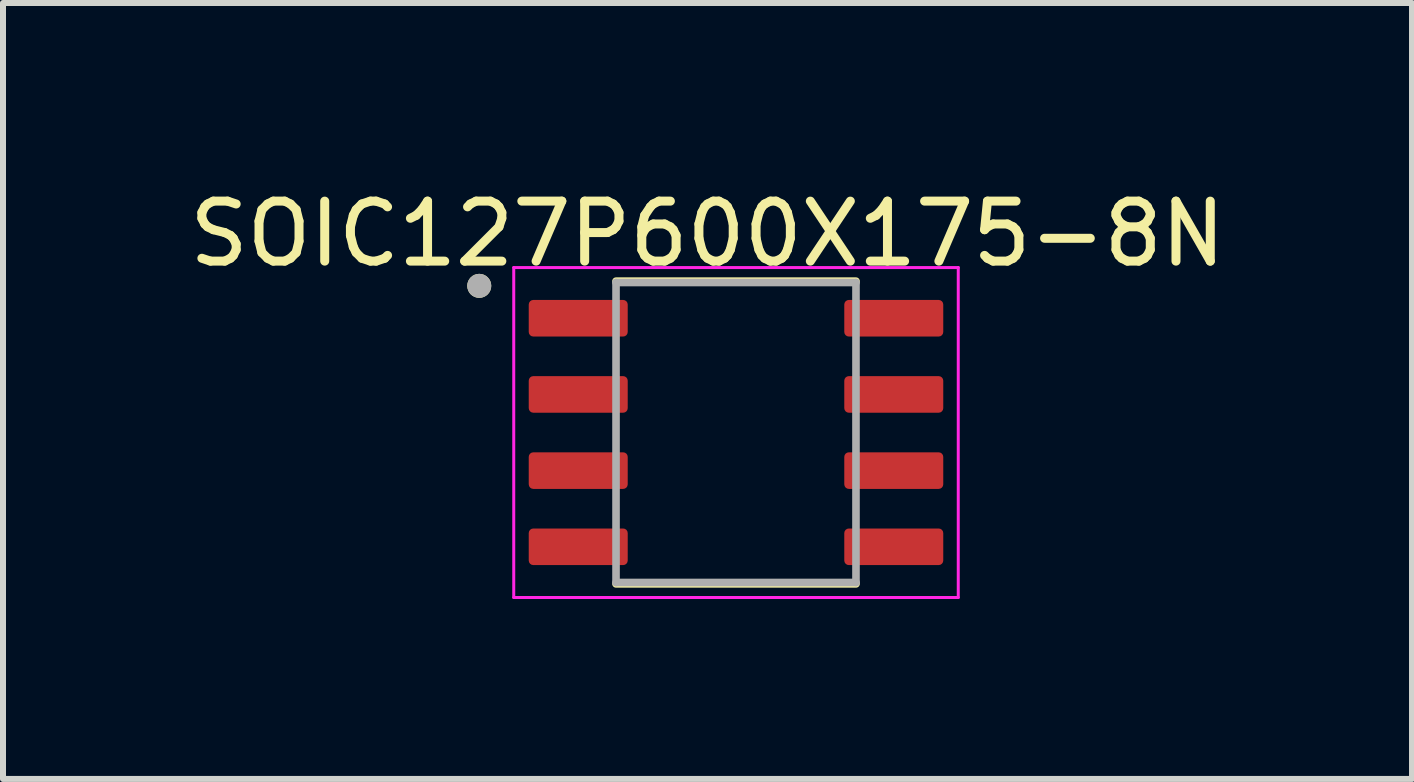
<source format=kicad_pcb>
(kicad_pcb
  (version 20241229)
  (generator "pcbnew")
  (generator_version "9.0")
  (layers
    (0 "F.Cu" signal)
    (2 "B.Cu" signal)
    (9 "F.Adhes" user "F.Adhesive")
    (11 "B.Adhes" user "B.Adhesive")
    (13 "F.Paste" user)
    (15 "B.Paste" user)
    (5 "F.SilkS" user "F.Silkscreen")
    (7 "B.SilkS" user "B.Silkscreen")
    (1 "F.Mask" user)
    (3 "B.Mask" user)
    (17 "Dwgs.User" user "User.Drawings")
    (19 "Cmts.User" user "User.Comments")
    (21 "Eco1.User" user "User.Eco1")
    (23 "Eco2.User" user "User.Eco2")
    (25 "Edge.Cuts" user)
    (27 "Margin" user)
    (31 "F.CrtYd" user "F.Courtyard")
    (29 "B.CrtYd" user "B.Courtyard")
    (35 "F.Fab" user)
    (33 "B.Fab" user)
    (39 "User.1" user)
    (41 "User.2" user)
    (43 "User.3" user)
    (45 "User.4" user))
  (footprint "SOIC127P600X175-8N"
    (layer "F.Cu")
    (at 9.219 4.16)
    (property "Reference" "SOIC127P600X175-8N" (at -0.475 -3.312 0) (layer "F.SilkS") (effects (font (size 1 1) (thickness 0.15))))
    (attr smd)
    (fp_line (start -2 -2.523) (end 2 -2.523) (stroke (width 0.127) (type solid)) (layer "F.SilkS"))
    (fp_line (start -2 2.523) (end 2 2.523) (stroke (width 0.127) (type solid)) (layer "F.SilkS"))
    (fp_circle (center -4.28 -2.445) (end -4.18 -2.445) (stroke (width 0.2) (type solid)) (fill no) (layer "F.SilkS"))
    (fp_line (start -3.705 -2.75) (end -3.705 2.75) (stroke (width 0.05) (type solid)) (layer "F.CrtYd"))
    (fp_line (start -3.705 -2.75) (end 3.705 -2.75) (stroke (width 0.05) (type solid)) (layer "F.CrtYd"))
    (fp_line (start -3.705 2.75) (end 3.705 2.75) (stroke (width 0.05) (type solid)) (layer "F.CrtYd"))
    (fp_line (start 3.705 -2.75) (end 3.705 2.75) (stroke (width 0.05) (type solid)) (layer "F.CrtYd"))
    (fp_line (start -2 -2.5) (end -2 2.5) (stroke (width 0.127) (type solid)) (layer "F.Fab"))
    (fp_line (start -2 -2.5) (end 2 -2.5) (stroke (width 0.127) (type solid)) (layer "F.Fab"))
    (fp_line (start -2 2.5) (end 2 2.5) (stroke (width 0.127) (type solid)) (layer "F.Fab"))
    (fp_line (start 2 -2.5) (end 2 2.5) (stroke (width 0.127) (type solid)) (layer "F.Fab"))
    (fp_circle (center -4.28 -2.445) (end -4.18 -2.445) (stroke (width 0.2) (type solid)) (fill no) (layer "F.Fab"))
    (pad "1" smd roundrect (at -2.63 -1.905) (size 1.65 0.61) (layers "F.Cu" "F.Mask" "F.Paste") (roundrect_rratio 0.125))
    (pad "2" smd roundrect (at -2.63 -0.635) (size 1.65 0.61) (layers "F.Cu" "F.Mask" "F.Paste") (roundrect_rratio 0.125))
    (pad "3" smd roundrect (at -2.63 0.635) (size 1.65 0.61) (layers "F.Cu" "F.Mask" "F.Paste") (roundrect_rratio 0.125))
    (pad "4" smd roundrect (at -2.63 1.905) (size 1.65 0.61) (layers "F.Cu" "F.Mask" "F.Paste") (roundrect_rratio 0.125))
    (pad "5" smd roundrect (at 2.63 1.905) (size 1.65 0.61) (layers "F.Cu" "F.Mask" "F.Paste") (roundrect_rratio 0.125))
    (pad "6" smd roundrect (at 2.63 0.635) (size 1.65 0.61) (layers "F.Cu" "F.Mask" "F.Paste") (roundrect_rratio 0.125))
    (pad "7" smd roundrect (at 2.63 -0.635) (size 1.65 0.61) (layers "F.Cu" "F.Mask" "F.Paste") (roundrect_rratio 0.125))
    (pad "8" smd roundrect (at 2.63 -1.905) (size 1.65 0.61) (layers "F.Cu" "F.Mask" "F.Paste") (roundrect_rratio 0.125)))
  (gr_rect
    (start -3 -3)
    (end 20.488 9.935)
    (stroke (width 0.1) (type default))
    (fill no)
    (layer "Edge.Cuts")))
</source>
